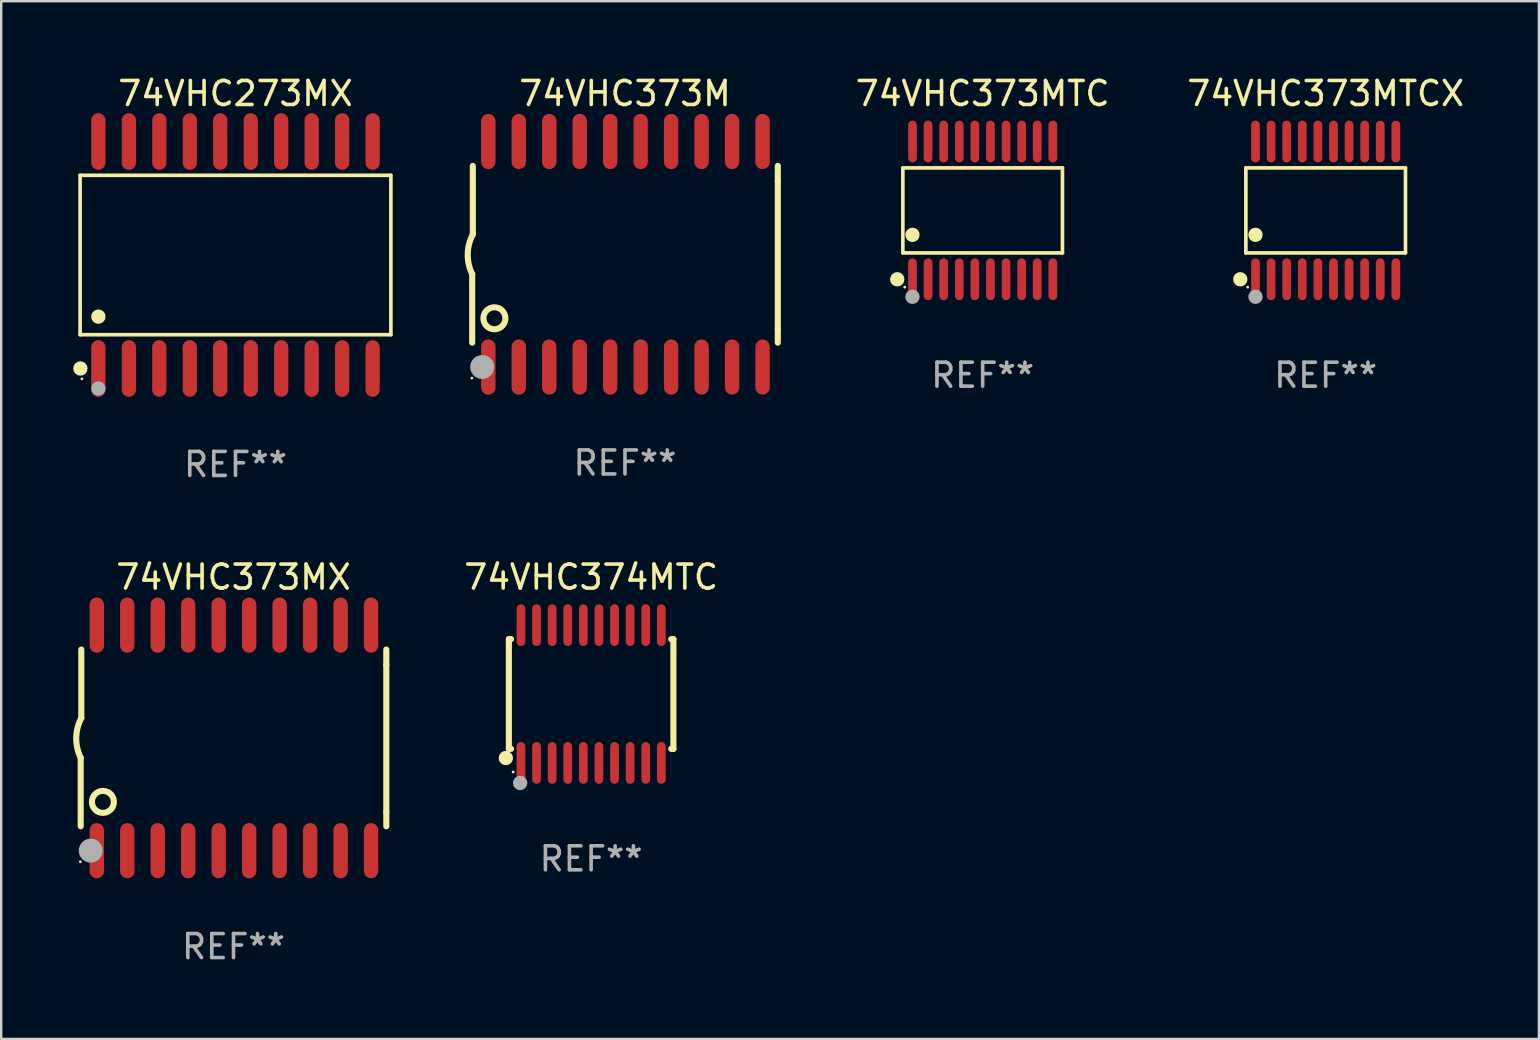
<source format=kicad_pcb>
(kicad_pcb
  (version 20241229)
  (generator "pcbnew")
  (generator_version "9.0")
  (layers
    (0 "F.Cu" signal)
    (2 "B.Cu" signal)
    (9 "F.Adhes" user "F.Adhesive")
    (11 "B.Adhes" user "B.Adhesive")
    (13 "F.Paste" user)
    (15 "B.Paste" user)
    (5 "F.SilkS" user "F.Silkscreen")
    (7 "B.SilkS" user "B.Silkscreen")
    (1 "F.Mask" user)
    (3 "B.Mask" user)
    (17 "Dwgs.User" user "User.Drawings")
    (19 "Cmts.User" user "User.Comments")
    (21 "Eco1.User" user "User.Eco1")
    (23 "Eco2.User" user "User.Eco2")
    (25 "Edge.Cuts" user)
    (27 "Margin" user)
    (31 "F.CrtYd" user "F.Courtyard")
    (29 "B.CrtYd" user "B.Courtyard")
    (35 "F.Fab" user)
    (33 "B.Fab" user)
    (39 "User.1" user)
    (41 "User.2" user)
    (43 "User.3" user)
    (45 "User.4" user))
  (footprint "74VHC373MTC"
    (layer "F.Cu")
    (at 37.906 5.719)
    (property "Reference" "74VHC373MTC" (at 0 -4.871 0) (layer "F.SilkS") (effects (font (size 1 1) (thickness 0.15))))
    (attr through_hole)
    (fp_line (start -3.326 -1.771) (end 3.326 -1.771) (stroke (width 0.152) (type solid)) (layer "F.SilkS"))
    (fp_line (start -3.326 1.771) (end -3.326 -1.771) (stroke (width 0.152) (type solid)) (layer "F.SilkS"))
    (fp_line (start 3.326 -1.771) (end 3.326 1.771) (stroke (width 0.152) (type solid)) (layer "F.SilkS"))
    (fp_line (start 3.326 1.771) (end -3.326 1.771) (stroke (width 0.152) (type solid)) (layer "F.SilkS"))
    (fp_circle (center -3.559 2.871) (end -3.409 2.871) (stroke (width 0.3) (type solid)) (fill no) (layer "F.SilkS"))
    (fp_circle (center -3.25 3.2) (end -3.22 3.2) (stroke (width 0.06) (type solid)) (fill no) (layer "F.SilkS"))
    (fp_circle (center -2.925 1.019) (end -2.775 1.019) (stroke (width 0.3) (type solid)) (fill no) (layer "F.SilkS"))
    (fp_circle (center -2.925 3.6) (end -2.775 3.6) (stroke (width 0.3) (type solid)) (fill no) (layer "F.Fab"))
    (fp_text user "REF**" (at 0 6.871 0) (layer "F.Fab") (effects (font (size 1 1) (thickness 0.15))))
    (pad "1" smd oval (at -2.925 2.871) (size 0.364 1.742) (layers "F.Cu" "F.Mask" "F.Paste"))
    (pad "2" smd oval (at -2.275 2.871) (size 0.364 1.742) (layers "F.Cu" "F.Mask" "F.Paste"))
    (pad "3" smd oval (at -1.625 2.871) (size 0.364 1.742) (layers "F.Cu" "F.Mask" "F.Paste"))
    (pad "4" smd oval (at -0.975 2.871) (size 0.364 1.742) (layers "F.Cu" "F.Mask" "F.Paste"))
    (pad "5" smd oval (at -0.325 2.871) (size 0.364 1.742) (layers "F.Cu" "F.Mask" "F.Paste"))
    (pad "6" smd oval (at 0.325 2.871) (size 0.364 1.742) (layers "F.Cu" "F.Mask" "F.Paste"))
    (pad "7" smd oval (at 0.975 2.871) (size 0.364 1.742) (layers "F.Cu" "F.Mask" "F.Paste"))
    (pad "8" smd oval (at 1.625 2.871) (size 0.364 1.742) (layers "F.Cu" "F.Mask" "F.Paste"))
    (pad "9" smd oval (at 2.275 2.871) (size 0.364 1.742) (layers "F.Cu" "F.Mask" "F.Paste"))
    (pad "10" smd oval (at 2.925 2.871) (size 0.364 1.742) (layers "F.Cu" "F.Mask" "F.Paste"))
    (pad "11" smd oval (at 2.925 -2.871) (size 0.364 1.742) (layers "F.Cu" "F.Mask" "F.Paste"))
    (pad "12" smd oval (at 2.275 -2.871) (size 0.364 1.742) (layers "F.Cu" "F.Mask" "F.Paste"))
    (pad "13" smd oval (at 1.625 -2.871) (size 0.364 1.742) (layers "F.Cu" "F.Mask" "F.Paste"))
    (pad "14" smd oval (at 0.975 -2.871) (size 0.364 1.742) (layers "F.Cu" "F.Mask" "F.Paste"))
    (pad "15" smd oval (at 0.325 -2.871) (size 0.364 1.742) (layers "F.Cu" "F.Mask" "F.Paste"))
    (pad "16" smd oval (at -0.325 -2.871) (size 0.364 1.742) (layers "F.Cu" "F.Mask" "F.Paste"))
    (pad "17" smd oval (at -0.975 -2.871) (size 0.364 1.742) (layers "F.Cu" "F.Mask" "F.Paste"))
    (pad "18" smd oval (at -1.625 -2.871) (size 0.364 1.742) (layers "F.Cu" "F.Mask" "F.Paste"))
    (pad "19" smd oval (at -2.275 -2.871) (size 0.364 1.742) (layers "F.Cu" "F.Mask" "F.Paste"))
    (pad "20" smd oval (at -2.925 -2.871) (size 0.364 1.742) (layers "F.Cu" "F.Mask" "F.Paste")))
  (footprint "74VHC373M"
    (layer "F.Cu")
    (at 22.999 7.548)
    (property "Reference" "74VHC373M" (at 0 -6.7 0) (layer "F.SilkS") (effects (font (size 1 1) (thickness 0.15))))
    (attr through_hole)
    (fp_line (start -6.369 0.826) (end -6.369 3.683) (stroke (width 0.254) (type solid)) (layer "F.SilkS"))
    (fp_line (start -6.343 -0.825) (end -6.343 -3.683) (stroke (width 0.254) (type solid)) (layer "F.SilkS"))
    (fp_line (start 6.369 -3.048) (end 6.369 -3.683) (stroke (width 0.254) (type solid)) (layer "F.SilkS"))
    (fp_line (start 6.369 -3.048) (end 6.369 3.096) (stroke (width 0.254) (type solid)) (layer "F.SilkS"))
    (fp_line (start 6.369 3.096) (end 6.369 3.683) (stroke (width 0.254) (type solid)) (layer "F.SilkS"))
    (fp_arc (start -6.36853 0.825552) (mid -6.554743 -0.00301) (end -6.343129 -0.825451) (stroke (width 0.254001) (type solid)) (layer "F.SilkS"))
    (fp_circle (center -6.382 5.163) (end -6.352 5.163) (stroke (width 0.06) (type solid)) (fill no) (layer "F.SilkS"))
    (fp_circle (center -5.443 2.667) (end -4.985 2.667) (stroke (width 0.254) (type solid)) (fill no) (layer "F.SilkS"))
    (fp_circle (center -5.951 4.699) (end -5.701 4.699) (stroke (width 0.5) (type solid)) (fill no) (layer "F.Fab"))
    (fp_text user "REF**" (at 0 8.7 0) (layer "F.Fab") (effects (font (size 1 1) (thickness 0.15))))
    (pad "1" smd oval (at -5.697 4.7 180) (size 0.6 2.3) (layers "F.Cu" "F.Mask" "F.Paste"))
    (pad "2" smd oval (at -4.427 4.7 180) (size 0.6 2.3) (layers "F.Cu" "F.Mask" "F.Paste"))
    (pad "3" smd oval (at -3.157 4.7 180) (size 0.6 2.3) (layers "F.Cu" "F.Mask" "F.Paste"))
    (pad "4" smd oval (at -1.887 4.7 180) (size 0.6 2.3) (layers "F.Cu" "F.Mask" "F.Paste"))
    (pad "5" smd oval (at -0.617 4.7 180) (size 0.6 2.3) (layers "F.Cu" "F.Mask" "F.Paste"))
    (pad "6" smd oval (at 0.653 4.7 180) (size 0.6 2.3) (layers "F.Cu" "F.Mask" "F.Paste"))
    (pad "7" smd oval (at 1.923 4.7 180) (size 0.6 2.3) (layers "F.Cu" "F.Mask" "F.Paste"))
    (pad "8" smd oval (at 3.193 4.7 180) (size 0.6 2.3) (layers "F.Cu" "F.Mask" "F.Paste"))
    (pad "9" smd oval (at 4.463 4.7 180) (size 0.6 2.3) (layers "F.Cu" "F.Mask" "F.Paste"))
    (pad "10" smd oval (at 5.734 4.7 180) (size 0.6 2.3) (layers "F.Cu" "F.Mask" "F.Paste"))
    (pad "11" smd oval (at 5.734 -4.7 180) (size 0.6 2.3) (layers "F.Cu" "F.Mask" "F.Paste"))
    (pad "12" smd oval (at 4.463 -4.7 180) (size 0.6 2.3) (layers "F.Cu" "F.Mask" "F.Paste"))
    (pad "13" smd oval (at 3.193 -4.7 180) (size 0.6 2.3) (layers "F.Cu" "F.Mask" "F.Paste"))
    (pad "14" smd oval (at 1.923 -4.7 180) (size 0.6 2.3) (layers "F.Cu" "F.Mask" "F.Paste"))
    (pad "15" smd oval (at 0.653 -4.7 180) (size 0.6 2.3) (layers "F.Cu" "F.Mask" "F.Paste"))
    (pad "16" smd oval (at -0.617 -4.7 180) (size 0.6 2.3) (layers "F.Cu" "F.Mask" "F.Paste"))
    (pad "17" smd oval (at -1.887 -4.7 180) (size 0.6 2.3) (layers "F.Cu" "F.Mask" "F.Paste"))
    (pad "18" smd oval (at -3.157 -4.7 180) (size 0.6 2.3) (layers "F.Cu" "F.Mask" "F.Paste"))
    (pad "19" smd oval (at -4.427 -4.7 180) (size 0.6 2.3) (layers "F.Cu" "F.Mask" "F.Paste"))
    (pad "20" smd oval (at -5.697 -4.7 180) (size 0.6 2.3) (layers "F.Cu" "F.Mask" "F.Paste")))
  (footprint "74VHC373MTCX"
    (layer "F.Cu")
    (at 52.203 5.719)
    (property "Reference" "74VHC373MTCX" (at 0 -4.871 0) (layer "F.SilkS") (effects (font (size 1 1) (thickness 0.15))))
    (attr through_hole)
    (fp_line (start -3.326 -1.771) (end 3.326 -1.771) (stroke (width 0.152) (type solid)) (layer "F.SilkS"))
    (fp_line (start -3.326 1.771) (end -3.326 -1.771) (stroke (width 0.152) (type solid)) (layer "F.SilkS"))
    (fp_line (start 3.326 -1.771) (end 3.326 1.771) (stroke (width 0.152) (type solid)) (layer "F.SilkS"))
    (fp_line (start 3.326 1.771) (end -3.326 1.771) (stroke (width 0.152) (type solid)) (layer "F.SilkS"))
    (fp_circle (center -3.559 2.871) (end -3.409 2.871) (stroke (width 0.3) (type solid)) (fill no) (layer "F.SilkS"))
    (fp_circle (center -3.25 3.2) (end -3.22 3.2) (stroke (width 0.06) (type solid)) (fill no) (layer "F.SilkS"))
    (fp_circle (center -2.925 1.019) (end -2.775 1.019) (stroke (width 0.3) (type solid)) (fill no) (layer "F.SilkS"))
    (fp_circle (center -2.925 3.6) (end -2.775 3.6) (stroke (width 0.3) (type solid)) (fill no) (layer "F.Fab"))
    (fp_text user "REF**" (at 0 6.871 0) (layer "F.Fab") (effects (font (size 1 1) (thickness 0.15))))
    (pad "1" smd oval (at -2.925 2.871) (size 0.364 1.742) (layers "F.Cu" "F.Mask" "F.Paste"))
    (pad "2" smd oval (at -2.275 2.871) (size 0.364 1.742) (layers "F.Cu" "F.Mask" "F.Paste"))
    (pad "3" smd oval (at -1.625 2.871) (size 0.364 1.742) (layers "F.Cu" "F.Mask" "F.Paste"))
    (pad "4" smd oval (at -0.975 2.871) (size 0.364 1.742) (layers "F.Cu" "F.Mask" "F.Paste"))
    (pad "5" smd oval (at -0.325 2.871) (size 0.364 1.742) (layers "F.Cu" "F.Mask" "F.Paste"))
    (pad "6" smd oval (at 0.325 2.871) (size 0.364 1.742) (layers "F.Cu" "F.Mask" "F.Paste"))
    (pad "7" smd oval (at 0.975 2.871) (size 0.364 1.742) (layers "F.Cu" "F.Mask" "F.Paste"))
    (pad "8" smd oval (at 1.625 2.871) (size 0.364 1.742) (layers "F.Cu" "F.Mask" "F.Paste"))
    (pad "9" smd oval (at 2.275 2.871) (size 0.364 1.742) (layers "F.Cu" "F.Mask" "F.Paste"))
    (pad "10" smd oval (at 2.925 2.871) (size 0.364 1.742) (layers "F.Cu" "F.Mask" "F.Paste"))
    (pad "11" smd oval (at 2.925 -2.871) (size 0.364 1.742) (layers "F.Cu" "F.Mask" "F.Paste"))
    (pad "12" smd oval (at 2.275 -2.871) (size 0.364 1.742) (layers "F.Cu" "F.Mask" "F.Paste"))
    (pad "13" smd oval (at 1.625 -2.871) (size 0.364 1.742) (layers "F.Cu" "F.Mask" "F.Paste"))
    (pad "14" smd oval (at 0.975 -2.871) (size 0.364 1.742) (layers "F.Cu" "F.Mask" "F.Paste"))
    (pad "15" smd oval (at 0.325 -2.871) (size 0.364 1.742) (layers "F.Cu" "F.Mask" "F.Paste"))
    (pad "16" smd oval (at -0.325 -2.871) (size 0.364 1.742) (layers "F.Cu" "F.Mask" "F.Paste"))
    (pad "17" smd oval (at -0.975 -2.871) (size 0.364 1.742) (layers "F.Cu" "F.Mask" "F.Paste"))
    (pad "18" smd oval (at -1.625 -2.871) (size 0.364 1.742) (layers "F.Cu" "F.Mask" "F.Paste"))
    (pad "19" smd oval (at -2.275 -2.871) (size 0.364 1.742) (layers "F.Cu" "F.Mask" "F.Paste"))
    (pad "20" smd oval (at -2.925 -2.871) (size 0.364 1.742) (layers "F.Cu" "F.Mask" "F.Paste")))
  (footprint "74VHC373MX"
    (layer "F.Cu")
    (at 6.682 27.705)
    (property "Reference" "74VHC373MX" (at 0 -6.7 0) (layer "F.SilkS") (effects (font (size 1 1) (thickness 0.15))))
    (attr through_hole)
    (fp_line (start -6.369 0.826) (end -6.369 3.683) (stroke (width 0.254) (type solid)) (layer "F.SilkS"))
    (fp_line (start -6.343 -0.825) (end -6.343 -3.683) (stroke (width 0.254) (type solid)) (layer "F.SilkS"))
    (fp_line (start 6.369 -3.048) (end 6.369 -3.683) (stroke (width 0.254) (type solid)) (layer "F.SilkS"))
    (fp_line (start 6.369 -3.048) (end 6.369 3.096) (stroke (width 0.254) (type solid)) (layer "F.SilkS"))
    (fp_line (start 6.369 3.096) (end 6.369 3.683) (stroke (width 0.254) (type solid)) (layer "F.SilkS"))
    (fp_arc (start -6.36853 0.825552) (mid -6.554743 -0.00301) (end -6.343129 -0.825451) (stroke (width 0.254001) (type solid)) (layer "F.SilkS"))
    (fp_circle (center -6.382 5.163) (end -6.352 5.163) (stroke (width 0.06) (type solid)) (fill no) (layer "F.SilkS"))
    (fp_circle (center -5.443 2.667) (end -4.985 2.667) (stroke (width 0.254) (type solid)) (fill no) (layer "F.SilkS"))
    (fp_circle (center -5.951 4.699) (end -5.701 4.699) (stroke (width 0.5) (type solid)) (fill no) (layer "F.Fab"))
    (fp_text user "REF**" (at 0 8.7 0) (layer "F.Fab") (effects (font (size 1 1) (thickness 0.15))))
    (pad "1" smd oval (at -5.697 4.7 180) (size 0.6 2.3) (layers "F.Cu" "F.Mask" "F.Paste"))
    (pad "2" smd oval (at -4.427 4.7 180) (size 0.6 2.3) (layers "F.Cu" "F.Mask" "F.Paste"))
    (pad "3" smd oval (at -3.157 4.7 180) (size 0.6 2.3) (layers "F.Cu" "F.Mask" "F.Paste"))
    (pad "4" smd oval (at -1.887 4.7 180) (size 0.6 2.3) (layers "F.Cu" "F.Mask" "F.Paste"))
    (pad "5" smd oval (at -0.617 4.7 180) (size 0.6 2.3) (layers "F.Cu" "F.Mask" "F.Paste"))
    (pad "6" smd oval (at 0.653 4.7 180) (size 0.6 2.3) (layers "F.Cu" "F.Mask" "F.Paste"))
    (pad "7" smd oval (at 1.923 4.7 180) (size 0.6 2.3) (layers "F.Cu" "F.Mask" "F.Paste"))
    (pad "8" smd oval (at 3.193 4.7 180) (size 0.6 2.3) (layers "F.Cu" "F.Mask" "F.Paste"))
    (pad "9" smd oval (at 4.463 4.7 180) (size 0.6 2.3) (layers "F.Cu" "F.Mask" "F.Paste"))
    (pad "10" smd oval (at 5.734 4.7 180) (size 0.6 2.3) (layers "F.Cu" "F.Mask" "F.Paste"))
    (pad "11" smd oval (at 5.734 -4.7 180) (size 0.6 2.3) (layers "F.Cu" "F.Mask" "F.Paste"))
    (pad "12" smd oval (at 4.463 -4.7 180) (size 0.6 2.3) (layers "F.Cu" "F.Mask" "F.Paste"))
    (pad "13" smd oval (at 3.193 -4.7 180) (size 0.6 2.3) (layers "F.Cu" "F.Mask" "F.Paste"))
    (pad "14" smd oval (at 1.923 -4.7 180) (size 0.6 2.3) (layers "F.Cu" "F.Mask" "F.Paste"))
    (pad "15" smd oval (at 0.653 -4.7 180) (size 0.6 2.3) (layers "F.Cu" "F.Mask" "F.Paste"))
    (pad "16" smd oval (at -0.617 -4.7 180) (size 0.6 2.3) (layers "F.Cu" "F.Mask" "F.Paste"))
    (pad "17" smd oval (at -1.887 -4.7 180) (size 0.6 2.3) (layers "F.Cu" "F.Mask" "F.Paste"))
    (pad "18" smd oval (at -3.157 -4.7 180) (size 0.6 2.3) (layers "F.Cu" "F.Mask" "F.Paste"))
    (pad "19" smd oval (at -4.427 -4.7 180) (size 0.6 2.3) (layers "F.Cu" "F.Mask" "F.Paste"))
    (pad "20" smd oval (at -5.697 -4.7 180) (size 0.6 2.3) (layers "F.Cu" "F.Mask" "F.Paste")))
  (footprint "74VHC374MTC"
    (layer "F.Cu")
    (at 21.588 25.876)
    (property "Reference" "74VHC374MTC" (at 0 -4.871 0) (layer "F.SilkS") (effects (font (size 1 1) (thickness 0.15))))
    (attr through_hole)
    (fp_line (start -3.429 -2.286) (end -3.429 2.286) (stroke (width 0.254) (type solid)) (layer "F.SilkS"))
    (fp_line (start -3.429 2.286) (end -3.338 2.286) (stroke (width 0.254) (type solid)) (layer "F.SilkS"))
    (fp_line (start -3.338 -2.286) (end -3.429 -2.286) (stroke (width 0.254) (type solid)) (layer "F.SilkS"))
    (fp_line (start 3.338 -2.286) (end 3.429 -2.286) (stroke (width 0.254) (type solid)) (layer "F.SilkS"))
    (fp_line (start 3.429 -2.286) (end 3.429 2.286) (stroke (width 0.254) (type solid)) (layer "F.SilkS"))
    (fp_line (start 3.429 2.286) (end 3.338 2.286) (stroke (width 0.254) (type solid)) (layer "F.SilkS"))
    (fp_circle (center -3.556 2.667) (end -3.406 2.667) (stroke (width 0.3) (type solid)) (fill no) (layer "F.SilkS"))
    (fp_circle (center -3.25 3.25) (end -3.22 3.25) (stroke (width 0.06) (type solid)) (fill no) (layer "F.SilkS"))
    (fp_circle (center -2.959 3.707) (end -2.808 3.707) (stroke (width 0.3) (type solid)) (fill no) (layer "F.Fab"))
    (fp_text user "REF**" (at 0 6.871 0) (layer "F.Fab") (effects (font (size 1 1) (thickness 0.15))))
    (pad "1" smd oval (at -2.925 2.871) (size 0.364 1.742) (layers "F.Cu" "F.Mask" "F.Paste"))
    (pad "2" smd oval (at -2.275 2.871) (size 0.364 1.742) (layers "F.Cu" "F.Mask" "F.Paste"))
    (pad "3" smd oval (at -1.625 2.871) (size 0.364 1.742) (layers "F.Cu" "F.Mask" "F.Paste"))
    (pad "4" smd oval (at -0.975 2.871) (size 0.364 1.742) (layers "F.Cu" "F.Mask" "F.Paste"))
    (pad "5" smd oval (at -0.325 2.871) (size 0.364 1.742) (layers "F.Cu" "F.Mask" "F.Paste"))
    (pad "6" smd oval (at 0.325 2.871) (size 0.364 1.742) (layers "F.Cu" "F.Mask" "F.Paste"))
    (pad "7" smd oval (at 0.975 2.871) (size 0.364 1.742) (layers "F.Cu" "F.Mask" "F.Paste"))
    (pad "8" smd oval (at 1.625 2.871) (size 0.364 1.742) (layers "F.Cu" "F.Mask" "F.Paste"))
    (pad "9" smd oval (at 2.275 2.871) (size 0.364 1.742) (layers "F.Cu" "F.Mask" "F.Paste"))
    (pad "10" smd oval (at 2.925 2.871) (size 0.364 1.742) (layers "F.Cu" "F.Mask" "F.Paste"))
    (pad "11" smd oval (at 2.925 -2.871) (size 0.364 1.742) (layers "F.Cu" "F.Mask" "F.Paste"))
    (pad "12" smd oval (at 2.275 -2.871) (size 0.364 1.742) (layers "F.Cu" "F.Mask" "F.Paste"))
    (pad "13" smd oval (at 1.625 -2.871) (size 0.364 1.742) (layers "F.Cu" "F.Mask" "F.Paste"))
    (pad "14" smd oval (at 0.975 -2.871) (size 0.364 1.742) (layers "F.Cu" "F.Mask" "F.Paste"))
    (pad "15" smd oval (at 0.325 -2.871) (size 0.364 1.742) (layers "F.Cu" "F.Mask" "F.Paste"))
    (pad "16" smd oval (at -0.325 -2.871) (size 0.364 1.742) (layers "F.Cu" "F.Mask" "F.Paste"))
    (pad "17" smd oval (at -0.975 -2.871) (size 0.364 1.742) (layers "F.Cu" "F.Mask" "F.Paste"))
    (pad "18" smd oval (at -1.625 -2.871) (size 0.364 1.742) (layers "F.Cu" "F.Mask" "F.Paste"))
    (pad "19" smd oval (at -2.275 -2.871) (size 0.364 1.742) (layers "F.Cu" "F.Mask" "F.Paste"))
    (pad "20" smd oval (at -2.925 -2.871) (size 0.364 1.742) (layers "F.Cu" "F.Mask" "F.Paste")))
  (footprint "74VHC273MX"
    (layer "F.Cu")
    (at 6.765 7.578)
    (property "Reference" "74VHC273MX" (at 0 -6.73 0) (layer "F.SilkS") (effects (font (size 1 1) (thickness 0.15))))
    (attr through_hole)
    (fp_line (start -6.476 -3.321) (end 6.476 -3.321) (stroke (width 0.152) (type solid)) (layer "F.SilkS"))
    (fp_line (start -6.476 3.321) (end -6.476 -3.321) (stroke (width 0.152) (type solid)) (layer "F.SilkS"))
    (fp_line (start 6.476 -3.321) (end 6.476 3.321) (stroke (width 0.152) (type solid)) (layer "F.SilkS"))
    (fp_line (start 6.476 3.321) (end -6.476 3.321) (stroke (width 0.152) (type solid)) (layer "F.SilkS"))
    (fp_circle (center -6.465 4.73) (end -6.315 4.73) (stroke (width 0.3) (type solid)) (fill no) (layer "F.SilkS"))
    (fp_circle (center -6.4 5.163) (end -6.37 5.163) (stroke (width 0.06) (type solid)) (fill no) (layer "F.SilkS"))
    (fp_circle (center -5.715 2.569) (end -5.565 2.569) (stroke (width 0.3) (type solid)) (fill no) (layer "F.SilkS"))
    (fp_circle (center -5.715 5.563) (end -5.565 5.563) (stroke (width 0.3) (type solid)) (fill no) (layer "F.Fab"))
    (fp_text user "REF**" (at 0 8.73 0) (layer "F.Fab") (effects (font (size 1 1) (thickness 0.15))))
    (pad "1" smd oval (at -5.715 4.73) (size 0.595 2.36) (layers "F.Cu" "F.Mask" "F.Paste"))
    (pad "2" smd oval (at -4.445 4.73) (size 0.595 2.36) (layers "F.Cu" "F.Mask" "F.Paste"))
    (pad "3" smd oval (at -3.175 4.73) (size 0.595 2.36) (layers "F.Cu" "F.Mask" "F.Paste"))
    (pad "4" smd oval (at -1.905 4.73) (size 0.595 2.36) (layers "F.Cu" "F.Mask" "F.Paste"))
    (pad "5" smd oval (at -0.635 4.73) (size 0.595 2.36) (layers "F.Cu" "F.Mask" "F.Paste"))
    (pad "6" smd oval (at 0.635 4.73) (size 0.595 2.36) (layers "F.Cu" "F.Mask" "F.Paste"))
    (pad "7" smd oval (at 1.905 4.73) (size 0.595 2.36) (layers "F.Cu" "F.Mask" "F.Paste"))
    (pad "8" smd oval (at 3.175 4.73) (size 0.595 2.36) (layers "F.Cu" "F.Mask" "F.Paste"))
    (pad "9" smd oval (at 4.445 4.73) (size 0.595 2.36) (layers "F.Cu" "F.Mask" "F.Paste"))
    (pad "10" smd oval (at 5.715 4.73) (size 0.595 2.36) (layers "F.Cu" "F.Mask" "F.Paste"))
    (pad "11" smd oval (at 5.715 -4.73) (size 0.595 2.36) (layers "F.Cu" "F.Mask" "F.Paste"))
    (pad "12" smd oval (at 4.445 -4.73) (size 0.595 2.36) (layers "F.Cu" "F.Mask" "F.Paste"))
    (pad "13" smd oval (at 3.175 -4.73) (size 0.595 2.36) (layers "F.Cu" "F.Mask" "F.Paste"))
    (pad "14" smd oval (at 1.905 -4.73) (size 0.595 2.36) (layers "F.Cu" "F.Mask" "F.Paste"))
    (pad "15" smd oval (at 0.635 -4.73) (size 0.595 2.36) (layers "F.Cu" "F.Mask" "F.Paste"))
    (pad "16" smd oval (at -0.635 -4.73) (size 0.595 2.36) (layers "F.Cu" "F.Mask" "F.Paste"))
    (pad "17" smd oval (at -1.905 -4.73) (size 0.595 2.36) (layers "F.Cu" "F.Mask" "F.Paste"))
    (pad "18" smd oval (at -3.175 -4.73) (size 0.595 2.36) (layers "F.Cu" "F.Mask" "F.Paste"))
    (pad "19" smd oval (at -4.445 -4.73) (size 0.595 2.36) (layers "F.Cu" "F.Mask" "F.Paste"))
    (pad "20" smd oval (at -5.715 -4.73) (size 0.595 2.36) (layers "F.Cu" "F.Mask" "F.Paste")))
  (gr_rect
    (start -3 -3)
    (end 61.09 40.253)
    (stroke (width 0.1) (type default))
    (fill no)
    (layer "Edge.Cuts")))
</source>
